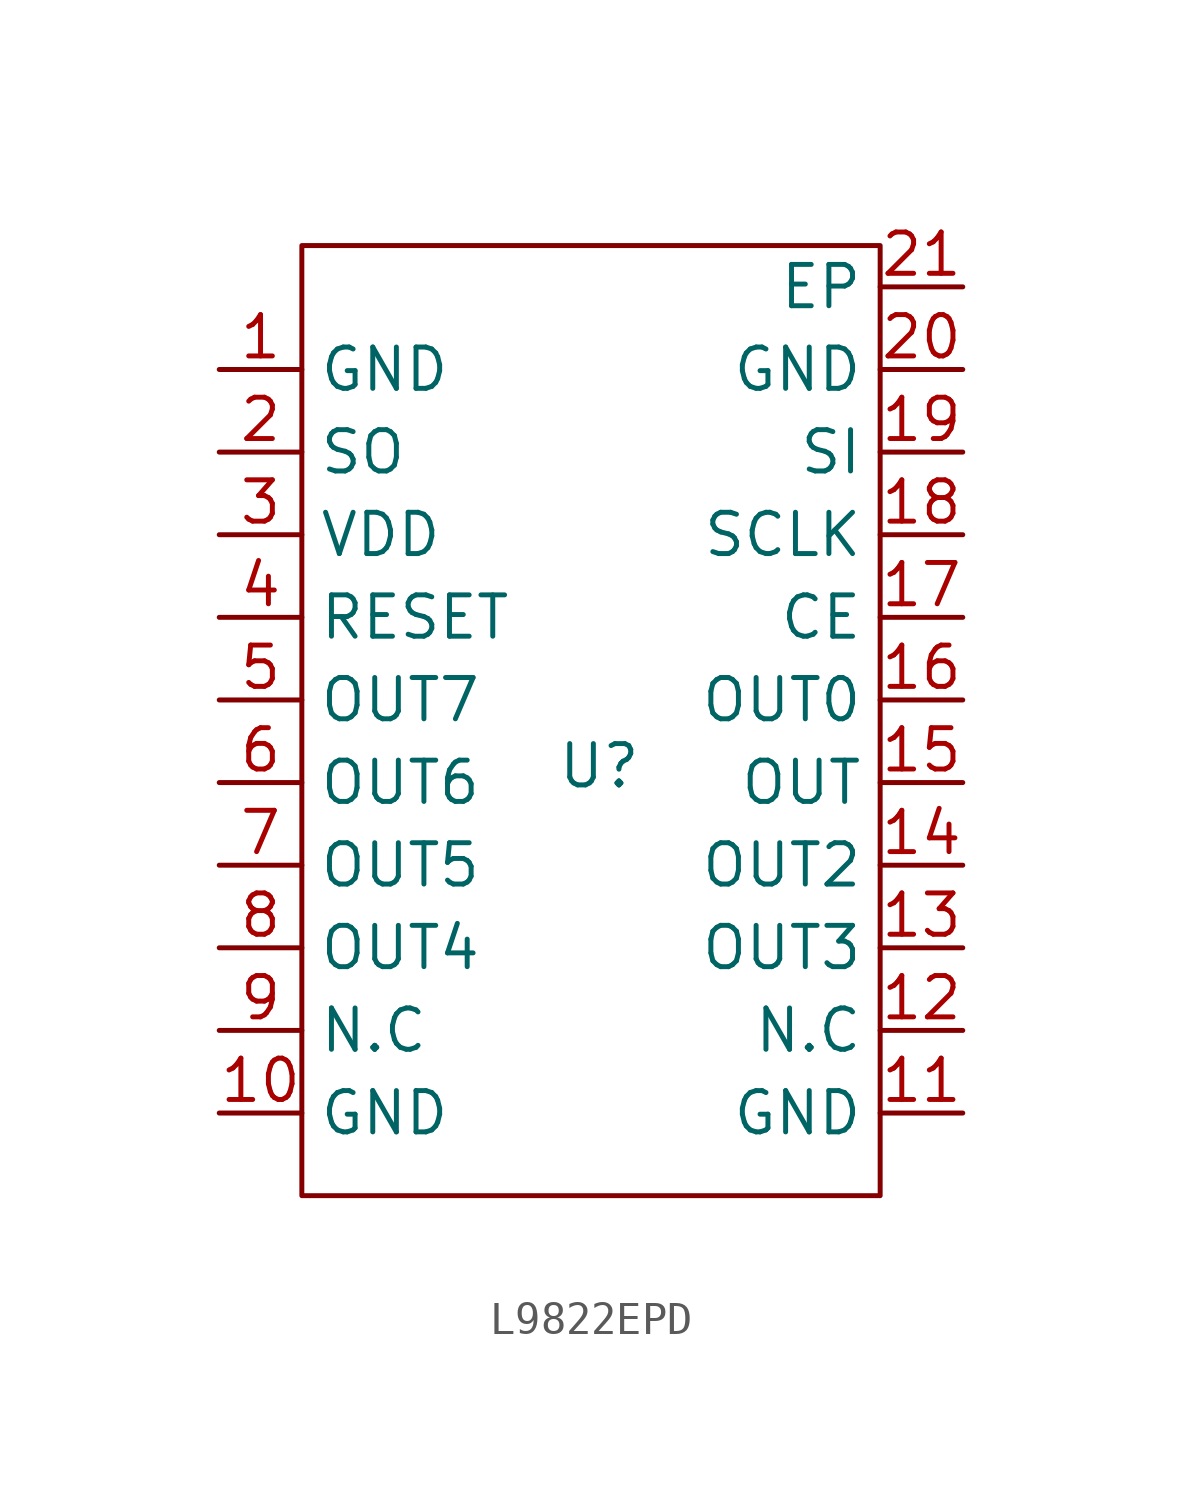
<source format=kicad_sym>
(kicad_symbol_lib
  (version 20231120)
  (generator "kicad_symbol_editor")
  (generator_version "8.0")
  (symbol "L9822EPD"
    (property "Reference" "U"
      (at 9.144 -14.732 0)
      (effects (font (size 1.27 1.27))))
    (property "Value" ""
      (at 0 0 0)
      (effects (font (size 1.27 1.27))))
    (symbol "L9822EPD_0_1"
      (rectangle (start 0 1.27) (end 17.78 -27.94) (stroke (width 0) (type default)) (fill (type none))))
    (symbol "L9822EPD_1_1"
      (pin input line (at -2.54 -2.54 0) (length 2.54) (name "GND" (effects (font (size 1.27 1.27)))) (number "1" (effects (font (size 1.27 1.27)))))
      (pin input line (at -2.54 -25.4 0) (length 2.54) (name "GND" (effects (font (size 1.27 1.27)))) (number "10" (effects (font (size 1.27 1.27)))))
      (pin input line (at 20.32 -25.4 180) (length 2.54) (name "GND" (effects (font (size 1.27 1.27)))) (number "11" (effects (font (size 1.27 1.27)))))
      (pin input line (at 20.32 -22.86 180) (length 2.54) (name "N.C" (effects (font (size 1.27 1.27)))) (number "12" (effects (font (size 1.27 1.27)))))
      (pin input line (at 20.32 -20.32 180) (length 2.54) (name "OUT3" (effects (font (size 1.27 1.27)))) (number "13" (effects (font (size 1.27 1.27)))))
      (pin input line (at 20.32 -17.78 180) (length 2.54) (name "OUT2" (effects (font (size 1.27 1.27)))) (number "14" (effects (font (size 1.27 1.27)))))
      (pin input line (at 20.32 -15.24 180) (length 2.54) (name "OUT" (effects (font (size 1.27 1.27)))) (number "15" (effects (font (size 1.27 1.27)))))
      (pin input line (at 20.32 -12.7 180) (length 2.54) (name "OUT0" (effects (font (size 1.27 1.27)))) (number "16" (effects (font (size 1.27 1.27)))))
      (pin input line (at 20.32 -10.16 180) (length 2.54) (name "CE" (effects (font (size 1.27 1.27)))) (number "17" (effects (font (size 1.27 1.27)))))
      (pin input line (at 20.32 -7.62 180) (length 2.54) (name "SCLK" (effects (font (size 1.27 1.27)))) (number "18" (effects (font (size 1.27 1.27)))))
      (pin input line (at 20.32 -5.08 180) (length 2.54) (name "SI" (effects (font (size 1.27 1.27)))) (number "19" (effects (font (size 1.27 1.27)))))
      (pin input line (at -2.54 -5.08 0) (length 2.54) (name "SO" (effects (font (size 1.27 1.27)))) (number "2" (effects (font (size 1.27 1.27)))))
      (pin input line (at 20.32 -2.54 180) (length 2.54) (name "GND" (effects (font (size 1.27 1.27)))) (number "20" (effects (font (size 1.27 1.27)))))
      (pin input line (at 20.32 0 180) (length 2.54) (name "EP" (effects (font (size 1.27 1.27)))) (number "21" (effects (font (size 1.27 1.27)))))
      (pin input line (at -2.54 -7.62 0) (length 2.54) (name "VDD" (effects (font (size 1.27 1.27)))) (number "3" (effects (font (size 1.27 1.27)))))
      (pin input line (at -2.54 -10.16 0) (length 2.54) (name "RESET" (effects (font (size 1.27 1.27)))) (number "4" (effects (font (size 1.27 1.27)))))
      (pin input line (at -2.54 -12.7 0) (length 2.54) (name "OUT7" (effects (font (size 1.27 1.27)))) (number "5" (effects (font (size 1.27 1.27)))))
      (pin input line (at -2.54 -15.24 0) (length 2.54) (name "OUT6" (effects (font (size 1.27 1.27)))) (number "6" (effects (font (size 1.27 1.27)))))
      (pin input line (at -2.54 -17.78 0) (length 2.54) (name "OUT5" (effects (font (size 1.27 1.27)))) (number "7" (effects (font (size 1.27 1.27)))))
      (pin input line (at -2.54 -20.32 0) (length 2.54) (name "OUT4" (effects (font (size 1.27 1.27)))) (number "8" (effects (font (size 1.27 1.27)))))
      (pin input line (at -2.54 -22.86 0) (length 2.54) (name "N.C" (effects (font (size 1.27 1.27)))) (number "9" (effects (font (size 1.27 1.27))))))))
</source>
